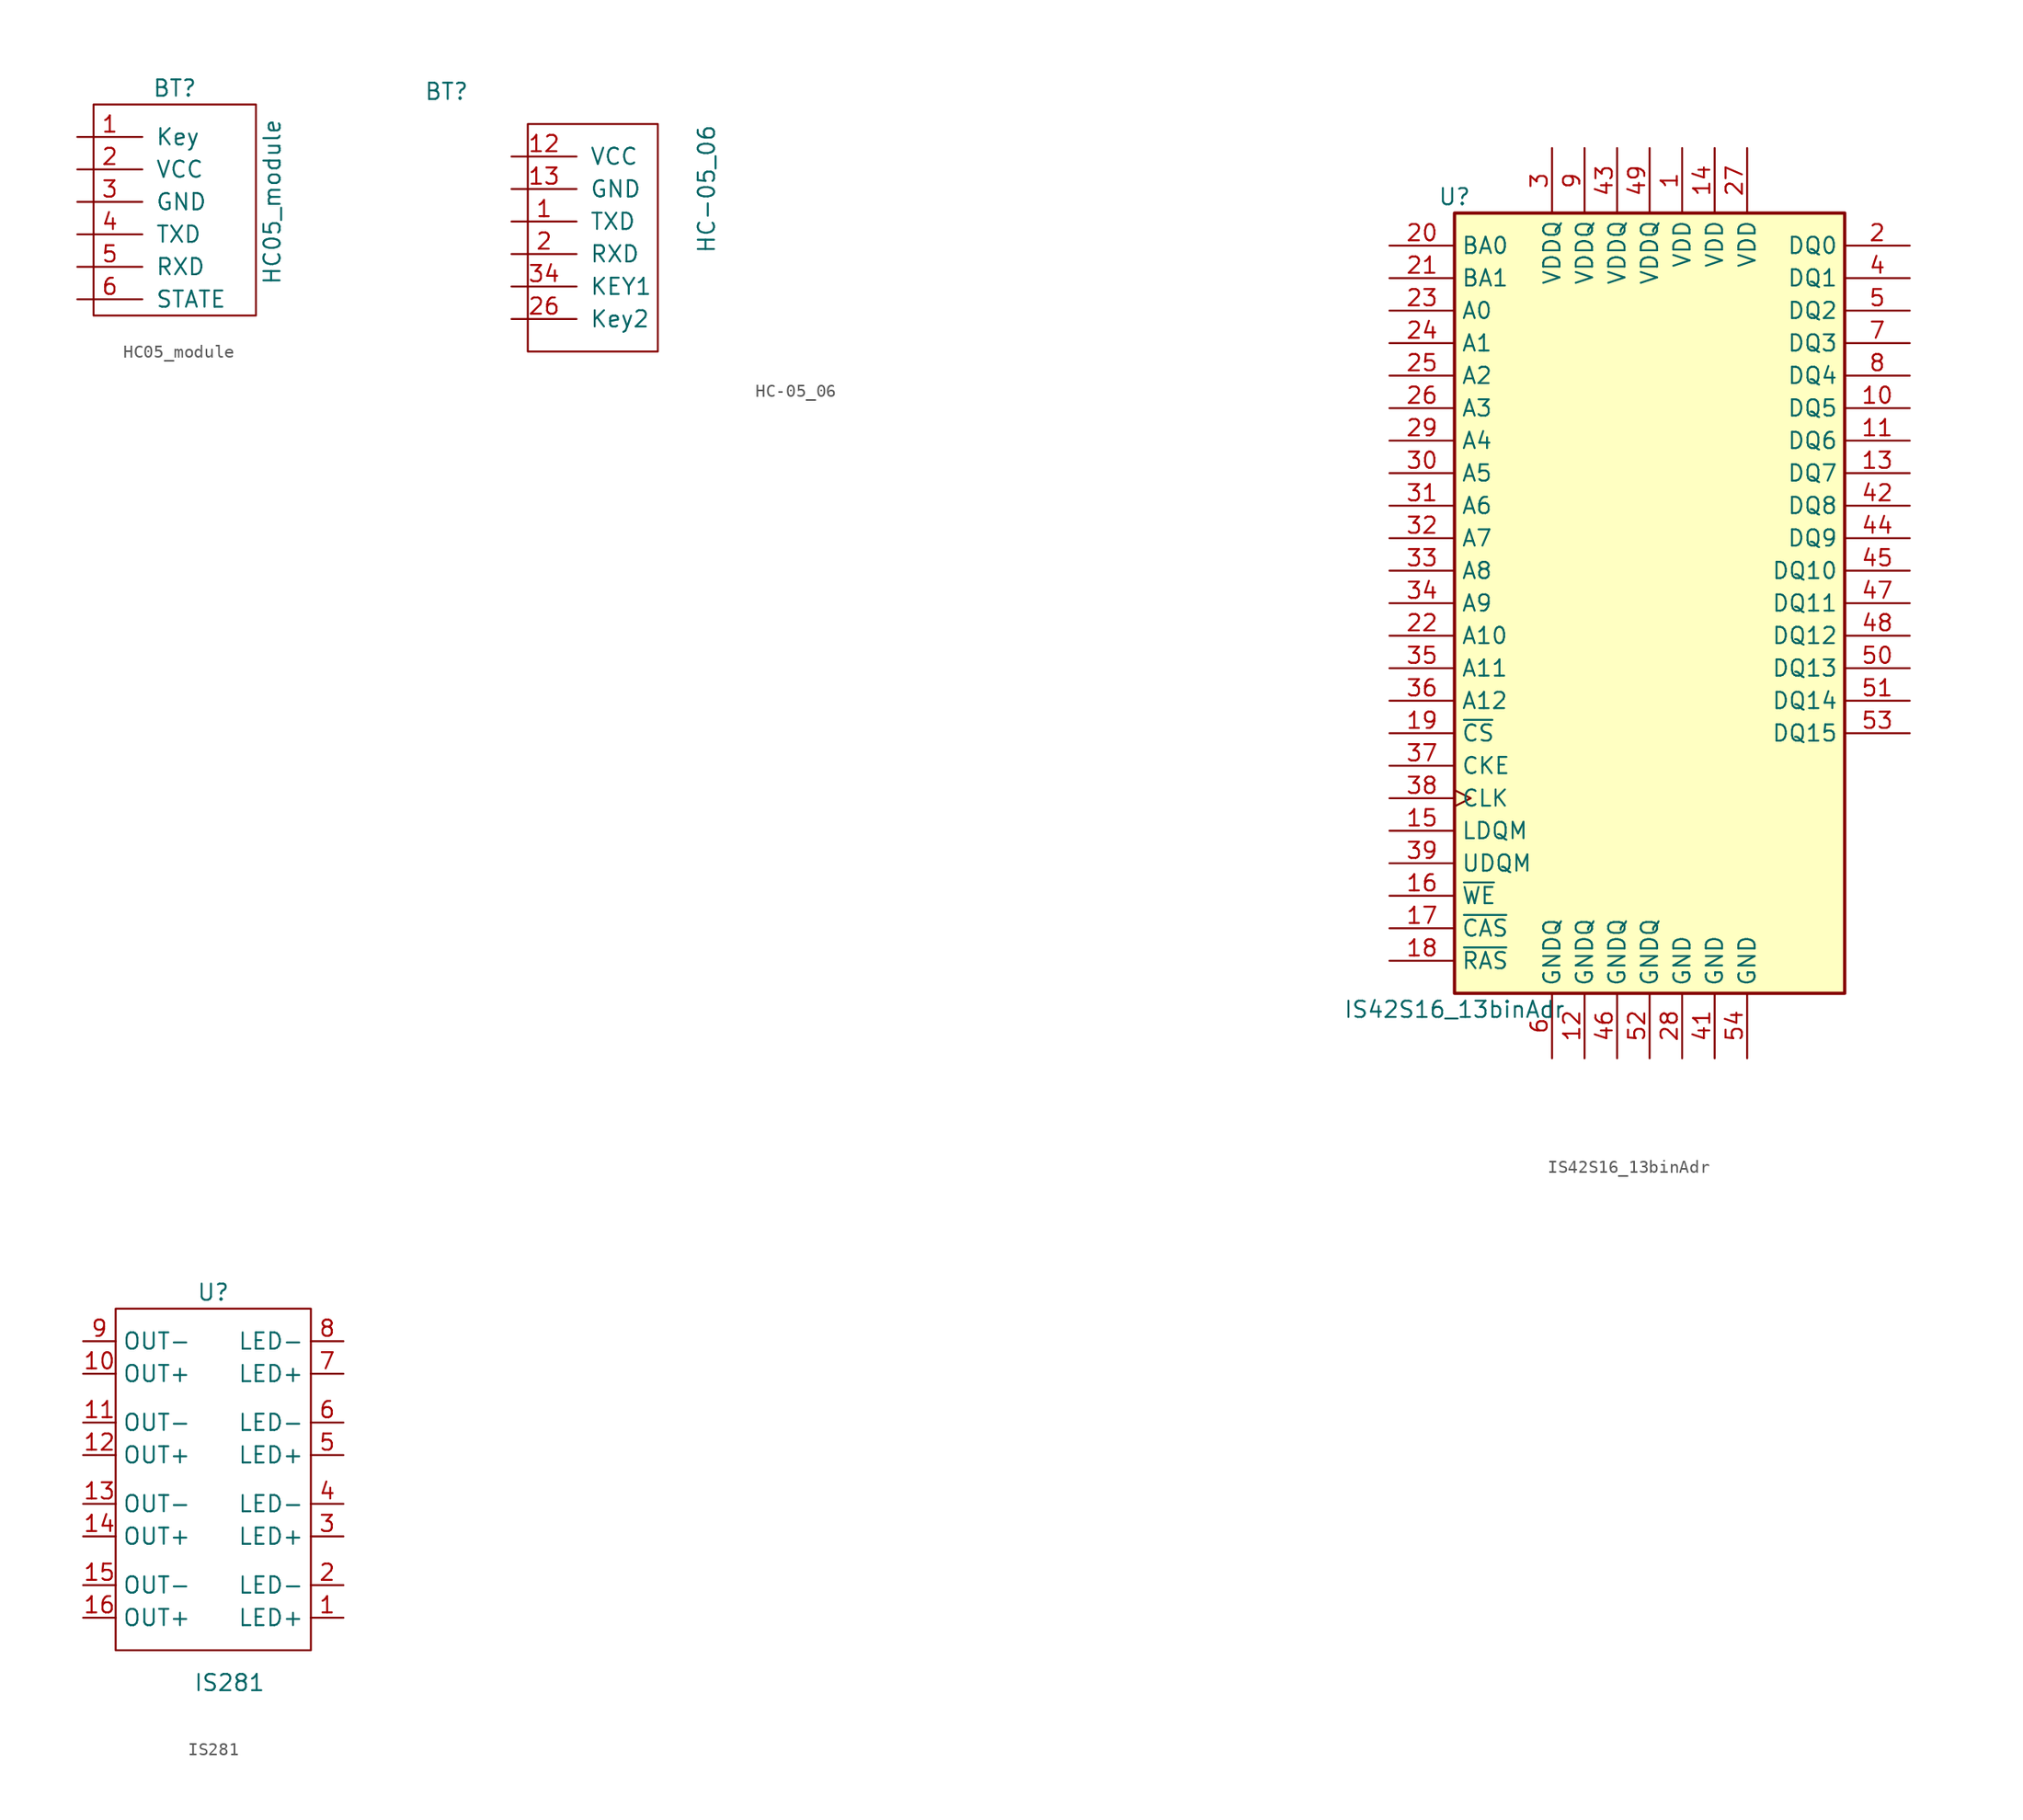
<source format=kicad_sym>
(kicad_symbol_lib
  (version 20241209)
  (generator "kicad_symbol_editor")
  (generator_version "9.0")
  (symbol "HC05_module"
    (pin_names
      (offset 1.016))
    (property "Reference" "BT"
      (at 2.54 8.89 0)
      (effects (font (size 1.27 1.27))))
    (property "Value" "HC05_module"
      (at 10.16 0 90)
      (effects (font (size 1.27 1.27))))
    (symbol "HC05_module_0_1"
      (rectangle (start -3.81 7.62) (end 8.89 -8.89) (stroke (width 0) (type default)) (fill (type none))))
    (symbol "HC05_module_1_1"
      (pin input line (at -5.08 5.08 0) (length 5.08) (name "Key" (effects (font (size 1.27 1.27)))) (number "1" (effects (font (size 1.27 1.27)))))
      (pin input line (at -5.08 2.54 0) (length 5.08) (name "VCC" (effects (font (size 1.27 1.27)))) (number "2" (effects (font (size 1.27 1.27)))))
      (pin input line (at -5.08 0 0) (length 5.08) (name "GND" (effects (font (size 1.27 1.27)))) (number "3" (effects (font (size 1.27 1.27)))))
      (pin output line (at -5.08 -2.54 0) (length 5.08) (name "TXD" (effects (font (size 1.27 1.27)))) (number "4" (effects (font (size 1.27 1.27)))))
      (pin input line (at -5.08 -5.08 0) (length 5.08) (name "RXD" (effects (font (size 1.27 1.27)))) (number "5" (effects (font (size 1.27 1.27)))))
      (pin input line (at -5.08 -7.62 0) (length 5.08) (name "STATE" (effects (font (size 1.27 1.27)))) (number "6" (effects (font (size 1.27 1.27)))))))
  (symbol "HC-05_06"
    (pin_names
      (offset 1.016))
    (property "Reference" "BT"
      (at -10.16 7.62 0)
      (effects (font (size 1.27 1.27))))
    (property "Value" "HC-05_06"
      (at 10.16 0 90)
      (effects (font (size 1.27 1.27))))
    (symbol "HC-05_06_0_1"
      (rectangle (start -3.81 5.08) (end 6.35 -12.7) (stroke (width 0) (type default)) (fill (type none))))
    (symbol "HC-05_06_1_1"
      (pin input line (at -5.08 2.54 0) (length 5.08) (name "VCC" (effects (font (size 1.27 1.27)))) (number "12" (effects (font (size 1.27 1.27)))))
      (pin input line (at -5.08 0 0) (length 5.08) (name "GND" (effects (font (size 1.27 1.27)))) (number "13" (effects (font (size 1.27 1.27)))))
      (pin output line (at -5.08 -2.54 0) (length 5.08) (name "TXD" (effects (font (size 1.27 1.27)))) (number "1" (effects (font (size 1.27 1.27)))))
      (pin input line (at -5.08 -5.08 0) (length 5.08) (name "RXD" (effects (font (size 1.27 1.27)))) (number "2" (effects (font (size 1.27 1.27)))))
      (pin input line (at -5.08 -7.62 0) (length 5.08) (name "KEY1" (effects (font (size 1.27 1.27)))) (number "34" (effects (font (size 1.27 1.27)))))
      (pin input line (at -5.08 -10.16 0) (length 5.08) (name "Key2" (effects (font (size 1.27 1.27)))) (number "26" (effects (font (size 1.27 1.27)))))
      (pin input line (at 15.24 6.35 0) (length 2.54) (hide yes) (name "" (effects (font (size 1.27 1.27)))) (number "3" (effects (font (size 1.27 1.27)))))
      (pin input line (at 15.24 3.81 0) (length 2.54) (hide yes) (name "" (effects (font (size 1.27 1.27)))) (number "4" (effects (font (size 1.27 1.27)))))
      (pin input line (at 15.24 1.27 0) (length 2.54) (hide yes) (name "" (effects (font (size 1.27 1.27)))) (number "5" (effects (font (size 1.27 1.27)))))
      (pin input line (at 15.24 -1.27 0) (length 2.54) (hide yes) (name "" (effects (font (size 1.27 1.27)))) (number "6" (effects (font (size 1.27 1.27)))))
      (pin input line (at 15.24 -3.81 0) (length 2.54) (hide yes) (name "" (effects (font (size 1.27 1.27)))) (number "7" (effects (font (size 1.27 1.27)))))
      (pin input line (at 15.24 -6.35 0) (length 2.54) (hide yes) (name "" (effects (font (size 1.27 1.27)))) (number "8" (effects (font (size 1.27 1.27)))))
      (pin input line (at 15.24 -8.89 0) (length 2.54) (hide yes) (name "" (effects (font (size 1.27 1.27)))) (number "9" (effects (font (size 1.27 1.27)))))
      (pin input line (at 15.24 -11.43 0) (length 2.54) (hide yes) (name "" (effects (font (size 1.27 1.27)))) (number "10" (effects (font (size 1.27 1.27)))))
      (pin input line (at 24.13 6.35 0) (length 2.54) (hide yes) (name "" (effects (font (size 1.27 1.27)))) (number "11" (effects (font (size 1.27 1.27)))))
      (pin input line (at 24.13 3.81 0) (length 2.54) (hide yes) (name "" (effects (font (size 1.27 1.27)))) (number "14" (effects (font (size 1.27 1.27)))))
      (pin input line (at 24.13 1.27 0) (length 2.54) (hide yes) (name "" (effects (font (size 1.27 1.27)))) (number "15" (effects (font (size 1.27 1.27)))))
      (pin input line (at 24.13 -1.27 0) (length 2.54) (hide yes) (name "" (effects (font (size 1.27 1.27)))) (number "16" (effects (font (size 1.27 1.27)))))
      (pin input line (at 24.13 -3.81 0) (length 2.54) (hide yes) (name "" (effects (font (size 1.27 1.27)))) (number "17" (effects (font (size 1.27 1.27)))))
      (pin input line (at 24.13 -6.35 0) (length 2.54) (hide yes) (name "" (effects (font (size 1.27 1.27)))) (number "18" (effects (font (size 1.27 1.27)))))
      (pin input line (at 24.13 -8.89 0) (length 2.54) (hide yes) (name "" (effects (font (size 1.27 1.27)))) (number "19" (effects (font (size 1.27 1.27)))))
      (pin input line (at 25.4 -11.43 0) (length 2.54) (hide yes) (name "" (effects (font (size 1.27 1.27)))) (number "20" (effects (font (size 1.27 1.27)))))
      (pin input line (at 33.02 6.35 0) (length 2.54) (hide yes) (name "" (effects (font (size 1.27 1.27)))) (number "21" (effects (font (size 1.27 1.27)))))
      (pin input line (at 33.02 3.81 0) (length 2.54) (hide yes) (name "" (effects (font (size 1.27 1.27)))) (number "22" (effects (font (size 1.27 1.27)))))
      (pin input line (at 33.02 1.27 0) (length 2.54) (hide yes) (name "" (effects (font (size 1.27 1.27)))) (number "23" (effects (font (size 1.27 1.27)))))
      (pin input line (at 33.02 -1.27 0) (length 2.54) (hide yes) (name "" (effects (font (size 1.27 1.27)))) (number "24" (effects (font (size 1.27 1.27)))))
      (pin input line (at 33.02 -3.81 0) (length 2.54) (hide yes) (name "" (effects (font (size 1.27 1.27)))) (number "25" (effects (font (size 1.27 1.27)))))
      (pin input line (at 33.02 -6.35 0) (length 2.54) (hide yes) (name "" (effects (font (size 1.27 1.27)))) (number "27" (effects (font (size 1.27 1.27)))))
      (pin input line (at 33.02 -8.89 0) (length 2.54) (hide yes) (name "" (effects (font (size 1.27 1.27)))) (number "28" (effects (font (size 1.27 1.27)))))
      (pin input line (at 33.02 -11.43 0) (length 2.54) (hide yes) (name "" (effects (font (size 1.27 1.27)))) (number "29" (effects (font (size 1.27 1.27)))))
      (pin input line (at 41.91 6.35 0) (length 2.54) (hide yes) (name "" (effects (font (size 1.27 1.27)))) (number "30" (effects (font (size 1.27 1.27)))))
      (pin input line (at 41.91 3.81 0) (length 2.54) (hide yes) (name "" (effects (font (size 1.27 1.27)))) (number "31" (effects (font (size 1.27 1.27)))))
      (pin input line (at 41.91 1.27 0) (length 2.54) (hide yes) (name "" (effects (font (size 1.27 1.27)))) (number "32" (effects (font (size 1.27 1.27)))))
      (pin input line (at 43.18 -1.27 0) (length 2.54) (hide yes) (name "" (effects (font (size 1.27 1.27)))) (number "33" (effects (font (size 1.27 1.27)))))))
  (symbol "IS42S16_13binAdr"
    (property "Reference" "U"
      (at -15.24 31.75 0)
      (effects (font (size 1.27 1.27))))
    (property "Value" "IS42S16_13binAdr"
      (at -15.24 -31.75 0)
      (effects (font (size 1.27 1.27))))
    (symbol "IS42S16_13binAdr_1_1"
      (rectangle (start -15.24 30.48) (end 15.24 -30.48) (stroke (width 0.254) (type default)) (fill (type background)))
      (pin input line (at -20.32 27.94 0) (length 5.08) (name "BA0" (effects (font (size 1.27 1.27)))) (number "20" (effects (font (size 1.27 1.27)))))
      (pin input line (at -20.32 25.4 0) (length 5.08) (name "BA1" (effects (font (size 1.27 1.27)))) (number "21" (effects (font (size 1.27 1.27)))))
      (pin input line (at -20.32 22.86 0) (length 5.08) (name "A0" (effects (font (size 1.27 1.27)))) (number "23" (effects (font (size 1.27 1.27)))))
      (pin input line (at -20.32 20.32 0) (length 5.08) (name "A1" (effects (font (size 1.27 1.27)))) (number "24" (effects (font (size 1.27 1.27)))))
      (pin input line (at -20.32 17.78 0) (length 5.08) (name "A2" (effects (font (size 1.27 1.27)))) (number "25" (effects (font (size 1.27 1.27)))))
      (pin input line (at -20.32 15.24 0) (length 5.08) (name "A3" (effects (font (size 1.27 1.27)))) (number "26" (effects (font (size 1.27 1.27)))))
      (pin input line (at -20.32 12.7 0) (length 5.08) (name "A4" (effects (font (size 1.27 1.27)))) (number "29" (effects (font (size 1.27 1.27)))))
      (pin input line (at -20.32 10.16 0) (length 5.08) (name "A5" (effects (font (size 1.27 1.27)))) (number "30" (effects (font (size 1.27 1.27)))))
      (pin input line (at -20.32 7.62 0) (length 5.08) (name "A6" (effects (font (size 1.27 1.27)))) (number "31" (effects (font (size 1.27 1.27)))))
      (pin input line (at -20.32 5.08 0) (length 5.08) (name "A7" (effects (font (size 1.27 1.27)))) (number "32" (effects (font (size 1.27 1.27)))))
      (pin input line (at -20.32 2.54 0) (length 5.08) (name "A8" (effects (font (size 1.27 1.27)))) (number "33" (effects (font (size 1.27 1.27)))))
      (pin input line (at -20.32 0 0) (length 5.08) (name "A9" (effects (font (size 1.27 1.27)))) (number "34" (effects (font (size 1.27 1.27)))))
      (pin input line (at -20.32 -2.54 0) (length 5.08) (name "A10" (effects (font (size 1.27 1.27)))) (number "22" (effects (font (size 1.27 1.27)))))
      (pin input line (at -20.32 -5.08 0) (length 5.08) (name "A11" (effects (font (size 1.27 1.27)))) (number "35" (effects (font (size 1.27 1.27)))))
      (pin input line (at -20.32 -7.62 0) (length 5.08) (name "A12" (effects (font (size 1.27 1.27)))) (number "36" (effects (font (size 1.27 1.27)))))
      (pin input line (at -20.32 -10.16 0) (length 5.08) (name "~{CS}" (effects (font (size 1.27 1.27)))) (number "19" (effects (font (size 1.27 1.27)))))
      (pin input line (at -20.32 -12.7 0) (length 5.08) (name "CKE" (effects (font (size 1.27 1.27)))) (number "37" (effects (font (size 1.27 1.27)))))
      (pin input clock (at -20.32 -15.24 0) (length 5.08) (name "CLK" (effects (font (size 1.27 1.27)))) (number "38" (effects (font (size 1.27 1.27)))))
      (pin input line (at -20.32 -17.78 0) (length 5.08) (name "LDQM" (effects (font (size 1.27 1.27)))) (number "15" (effects (font (size 1.27 1.27)))))
      (pin input line (at -20.32 -20.32 0) (length 5.08) (name "UDQM" (effects (font (size 1.27 1.27)))) (number "39" (effects (font (size 1.27 1.27)))))
      (pin input line (at -20.32 -22.86 0) (length 5.08) (name "~{WE}" (effects (font (size 1.27 1.27)))) (number "16" (effects (font (size 1.27 1.27)))))
      (pin input line (at -20.32 -25.4 0) (length 5.08) (name "~{CAS}" (effects (font (size 1.27 1.27)))) (number "17" (effects (font (size 1.27 1.27)))))
      (pin input line (at -20.32 -27.94 0) (length 5.08) (name "~{RAS}" (effects (font (size 1.27 1.27)))) (number "18" (effects (font (size 1.27 1.27)))))
      (pin power_in line (at -7.62 35.56 270) (length 5.08) (name "VDDQ" (effects (font (size 1.27 1.27)))) (number "3" (effects (font (size 1.27 1.27)))))
      (pin power_in line (at -7.62 -35.56 90) (length 5.08) (name "GNDQ" (effects (font (size 1.27 1.27)))) (number "6" (effects (font (size 1.27 1.27)))))
      (pin power_in line (at -5.08 35.56 270) (length 5.08) (name "VDDQ" (effects (font (size 1.27 1.27)))) (number "9" (effects (font (size 1.27 1.27)))))
      (pin power_in line (at -5.08 -35.56 90) (length 5.08) (name "GNDQ" (effects (font (size 1.27 1.27)))) (number "12" (effects (font (size 1.27 1.27)))))
      (pin power_in line (at -2.54 35.56 270) (length 5.08) (name "VDDQ" (effects (font (size 1.27 1.27)))) (number "43" (effects (font (size 1.27 1.27)))))
      (pin power_in line (at -2.54 -35.56 90) (length 5.08) (name "GNDQ" (effects (font (size 1.27 1.27)))) (number "46" (effects (font (size 1.27 1.27)))))
      (pin power_in line (at 0 35.56 270) (length 5.08) (name "VDDQ" (effects (font (size 1.27 1.27)))) (number "49" (effects (font (size 1.27 1.27)))))
      (pin power_in line (at 0 -35.56 90) (length 5.08) (name "GNDQ" (effects (font (size 1.27 1.27)))) (number "52" (effects (font (size 1.27 1.27)))))
      (pin power_in line (at 2.54 35.56 270) (length 5.08) (name "VDD" (effects (font (size 1.27 1.27)))) (number "1" (effects (font (size 1.27 1.27)))))
      (pin power_in line (at 2.54 -35.56 90) (length 5.08) (name "GND" (effects (font (size 1.27 1.27)))) (number "28" (effects (font (size 1.27 1.27)))))
      (pin power_in line (at 5.08 35.56 270) (length 5.08) (name "VDD" (effects (font (size 1.27 1.27)))) (number "14" (effects (font (size 1.27 1.27)))))
      (pin power_in line (at 5.08 -35.56 90) (length 5.08) (name "GND" (effects (font (size 1.27 1.27)))) (number "41" (effects (font (size 1.27 1.27)))))
      (pin power_in line (at 7.62 35.56 270) (length 5.08) (name "VDD" (effects (font (size 1.27 1.27)))) (number "27" (effects (font (size 1.27 1.27)))))
      (pin power_in line (at 7.62 -35.56 90) (length 5.08) (name "GND" (effects (font (size 1.27 1.27)))) (number "54" (effects (font (size 1.27 1.27)))))
      (pin no_connect line (at 15.24 -20.32 180) (length 5.08) (hide yes) (name "NC" (effects (font (size 1.27 1.27)))) (number "40" (effects (font (size 1.27 1.27)))))
      (pin bidirectional line (at 20.32 27.94 180) (length 5.08) (name "DQ0" (effects (font (size 1.27 1.27)))) (number "2" (effects (font (size 1.27 1.27)))))
      (pin bidirectional line (at 20.32 25.4 180) (length 5.08) (name "DQ1" (effects (font (size 1.27 1.27)))) (number "4" (effects (font (size 1.27 1.27)))))
      (pin bidirectional line (at 20.32 22.86 180) (length 5.08) (name "DQ2" (effects (font (size 1.27 1.27)))) (number "5" (effects (font (size 1.27 1.27)))))
      (pin bidirectional line (at 20.32 20.32 180) (length 5.08) (name "DQ3" (effects (font (size 1.27 1.27)))) (number "7" (effects (font (size 1.27 1.27)))))
      (pin bidirectional line (at 20.32 17.78 180) (length 5.08) (name "DQ4" (effects (font (size 1.27 1.27)))) (number "8" (effects (font (size 1.27 1.27)))))
      (pin bidirectional line (at 20.32 15.24 180) (length 5.08) (name "DQ5" (effects (font (size 1.27 1.27)))) (number "10" (effects (font (size 1.27 1.27)))))
      (pin bidirectional line (at 20.32 12.7 180) (length 5.08) (name "DQ6" (effects (font (size 1.27 1.27)))) (number "11" (effects (font (size 1.27 1.27)))))
      (pin bidirectional line (at 20.32 10.16 180) (length 5.08) (name "DQ7" (effects (font (size 1.27 1.27)))) (number "13" (effects (font (size 1.27 1.27)))))
      (pin bidirectional line (at 20.32 7.62 180) (length 5.08) (name "DQ8" (effects (font (size 1.27 1.27)))) (number "42" (effects (font (size 1.27 1.27)))))
      (pin bidirectional line (at 20.32 5.08 180) (length 5.08) (name "DQ9" (effects (font (size 1.27 1.27)))) (number "44" (effects (font (size 1.27 1.27)))))
      (pin bidirectional line (at 20.32 2.54 180) (length 5.08) (name "DQ10" (effects (font (size 1.27 1.27)))) (number "45" (effects (font (size 1.27 1.27)))))
      (pin bidirectional line (at 20.32 0 180) (length 5.08) (name "DQ11" (effects (font (size 1.27 1.27)))) (number "47" (effects (font (size 1.27 1.27)))))
      (pin bidirectional line (at 20.32 -2.54 180) (length 5.08) (name "DQ12" (effects (font (size 1.27 1.27)))) (number "48" (effects (font (size 1.27 1.27)))))
      (pin bidirectional line (at 20.32 -5.08 180) (length 5.08) (name "DQ13" (effects (font (size 1.27 1.27)))) (number "50" (effects (font (size 1.27 1.27)))))
      (pin bidirectional line (at 20.32 -7.62 180) (length 5.08) (name "DQ14" (effects (font (size 1.27 1.27)))) (number "51" (effects (font (size 1.27 1.27)))))
      (pin bidirectional line (at 20.32 -10.16 180) (length 5.08) (name "DQ15" (effects (font (size 1.27 1.27)))) (number "53" (effects (font (size 1.27 1.27)))))))
  (symbol "IS281"
    (property "Reference" "U"
      (at 10.16 27.94 0)
      (effects (font (size 1.27 1.27))))
    (property "Value" "IS281"
      (at 11.43 -2.54 0)
      (effects (font (size 1.27 1.27))))
    (symbol "IS281_0_1"
      (rectangle (start 2.54 26.67) (end 17.78 0) (stroke (width 0) (type default)) (fill (type none))))
    (symbol "IS281_1_1"
      (pin input line (at 0 24.13 0) (length 2.54) (name "OUT-" (effects (font (size 1.27 1.27)))) (number "9" (effects (font (size 1.27 1.27)))))
      (pin input line (at 0 21.59 0) (length 2.54) (name "OUT+" (effects (font (size 1.27 1.27)))) (number "10" (effects (font (size 1.27 1.27)))))
      (pin input line (at 0 17.78 0) (length 2.54) (name "OUT-" (effects (font (size 1.27 1.27)))) (number "11" (effects (font (size 1.27 1.27)))))
      (pin input line (at 0 15.24 0) (length 2.54) (name "OUT+" (effects (font (size 1.27 1.27)))) (number "12" (effects (font (size 1.27 1.27)))))
      (pin input line (at 0 11.43 0) (length 2.54) (name "OUT-" (effects (font (size 1.27 1.27)))) (number "13" (effects (font (size 1.27 1.27)))))
      (pin input line (at 0 8.89 0) (length 2.54) (name "OUT+" (effects (font (size 1.27 1.27)))) (number "14" (effects (font (size 1.27 1.27)))))
      (pin input line (at 0 5.08 0) (length 2.54) (name "OUT-" (effects (font (size 1.27 1.27)))) (number "15" (effects (font (size 1.27 1.27)))))
      (pin input line (at 0 2.54 0) (length 2.54) (name "OUT+" (effects (font (size 1.27 1.27)))) (number "16" (effects (font (size 1.27 1.27)))))
      (pin input line (at 20.32 24.13 180) (length 2.54) (name "LED-" (effects (font (size 1.27 1.27)))) (number "8" (effects (font (size 1.27 1.27)))))
      (pin input line (at 20.32 21.59 180) (length 2.54) (name "LED+" (effects (font (size 1.27 1.27)))) (number "7" (effects (font (size 1.27 1.27)))))
      (pin input line (at 20.32 17.78 180) (length 2.54) (name "LED-" (effects (font (size 1.27 1.27)))) (number "6" (effects (font (size 1.27 1.27)))))
      (pin input line (at 20.32 15.24 180) (length 2.54) (name "LED+" (effects (font (size 1.27 1.27)))) (number "5" (effects (font (size 1.27 1.27)))))
      (pin input line (at 20.32 11.43 180) (length 2.54) (name "LED-" (effects (font (size 1.27 1.27)))) (number "4" (effects (font (size 1.27 1.27)))))
      (pin input line (at 20.32 8.89 180) (length 2.54) (name "LED+" (effects (font (size 1.27 1.27)))) (number "3" (effects (font (size 1.27 1.27)))))
      (pin input line (at 20.32 5.08 180) (length 2.54) (name "LED-" (effects (font (size 1.27 1.27)))) (number "2" (effects (font (size 1.27 1.27)))))
      (pin input line (at 20.32 2.54 180) (length 2.54) (name "LED+" (effects (font (size 1.27 1.27)))) (number "1" (effects (font (size 1.27 1.27))))))))
</source>
